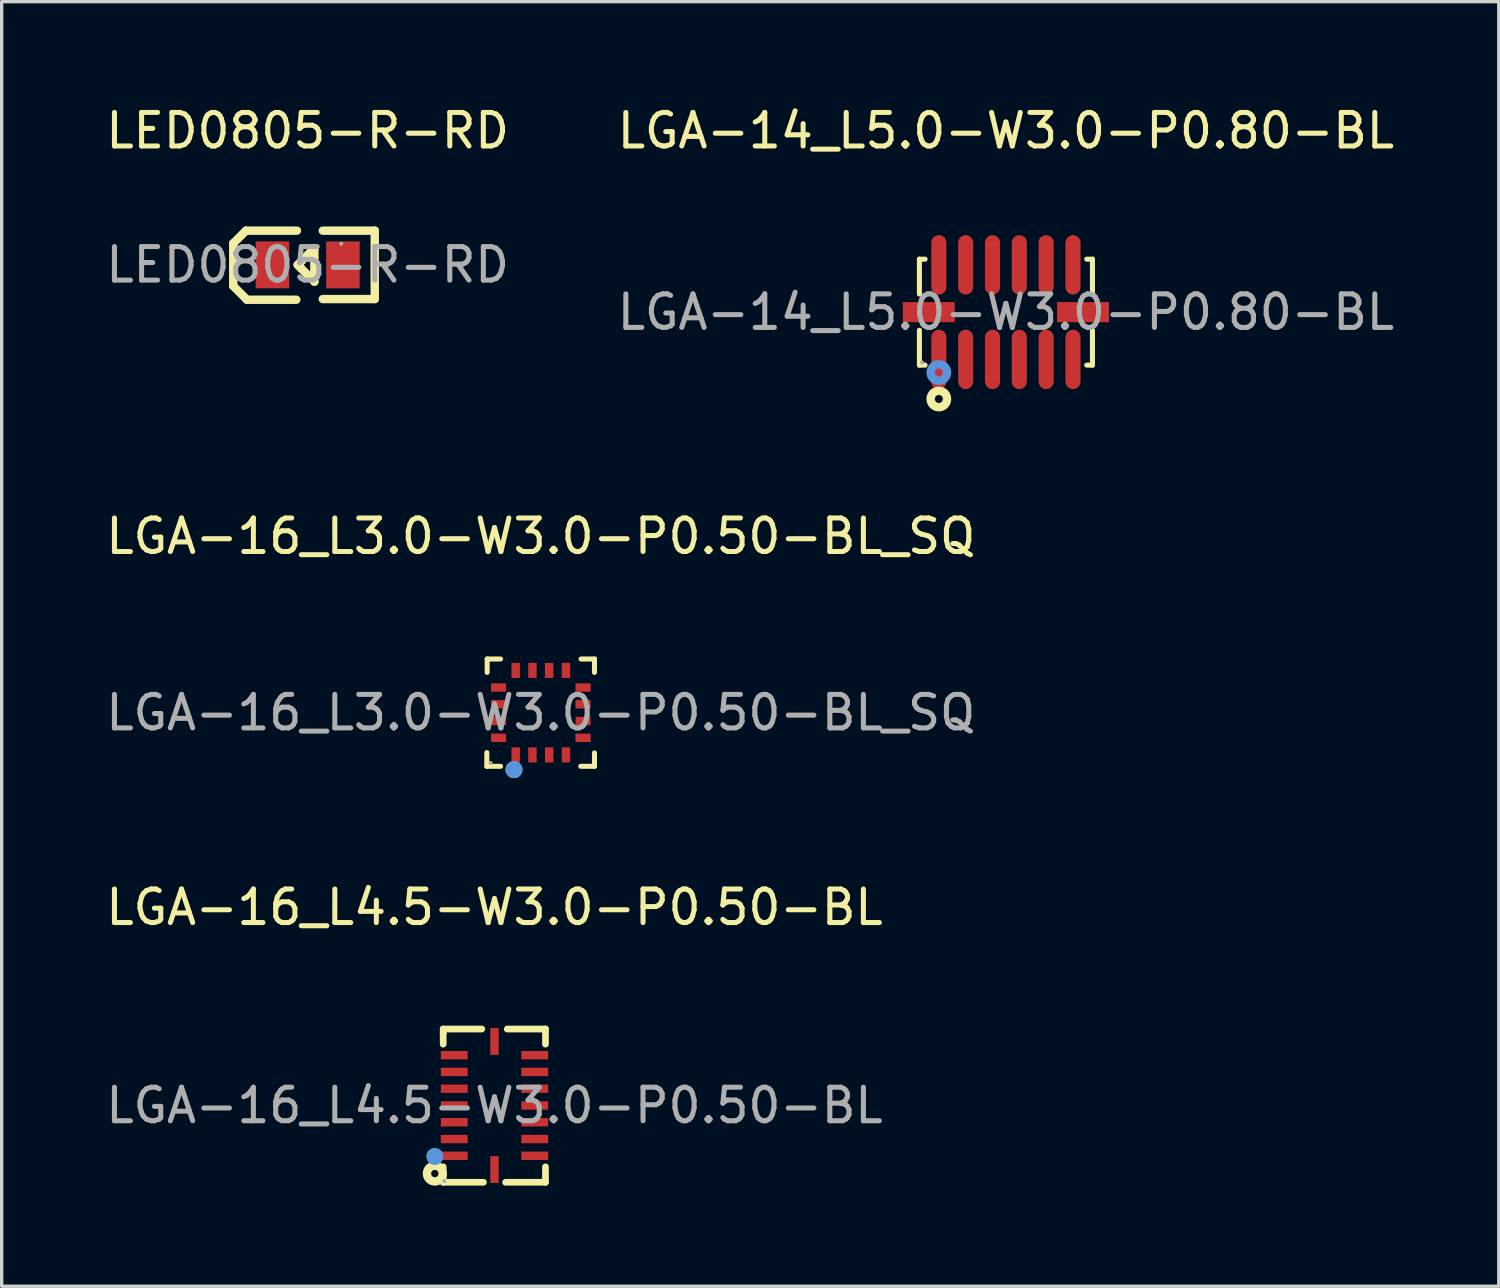
<source format=kicad_pcb>
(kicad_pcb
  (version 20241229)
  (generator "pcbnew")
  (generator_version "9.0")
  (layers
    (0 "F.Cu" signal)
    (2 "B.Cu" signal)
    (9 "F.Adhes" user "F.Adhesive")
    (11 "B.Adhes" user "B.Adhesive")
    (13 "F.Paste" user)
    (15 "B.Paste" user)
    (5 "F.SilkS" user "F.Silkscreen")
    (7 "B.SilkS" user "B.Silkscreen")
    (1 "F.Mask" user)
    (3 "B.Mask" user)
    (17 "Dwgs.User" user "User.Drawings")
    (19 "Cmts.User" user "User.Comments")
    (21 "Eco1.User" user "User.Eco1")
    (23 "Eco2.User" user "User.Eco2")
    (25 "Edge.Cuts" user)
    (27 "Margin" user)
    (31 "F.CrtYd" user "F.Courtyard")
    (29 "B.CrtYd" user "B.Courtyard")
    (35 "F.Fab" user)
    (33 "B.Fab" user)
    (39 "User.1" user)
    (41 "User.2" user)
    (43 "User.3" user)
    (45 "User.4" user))
  (footprint "LED0805-R-RD"
    (layer "F.Cu")
    (at 6.125 4.848)
    (property "Reference" "LED0805-R-RD" (at 0 -4 0) (layer "F.SilkS") (effects (font (size 1 1) (thickness 0.15))))
    (attr smd)
    (fp_line (start -2.22 -0.64) (end -1.84 -1.02) (stroke (width 0.25) (type solid)) (layer "F.SilkS"))
    (fp_line (start -2.22 0.63) (end -2.22 -0.64) (stroke (width 0.25) (type solid)) (layer "F.SilkS"))
    (fp_line (start -1.84 -1.02) (end -0.32 -1.02) (stroke (width 0.25) (type solid)) (layer "F.SilkS"))
    (fp_line (start -1.81 1.04) (end -2.22 0.63) (stroke (width 0.25) (type solid)) (layer "F.SilkS"))
    (fp_line (start -0.34 1.04) (end -1.81 1.04) (stroke (width 0.25) (type solid)) (layer "F.SilkS"))
    (fp_line (start -0.3 0) (end -0.2 0.1) (stroke (width 0.25) (type solid)) (layer "F.SilkS"))
    (fp_line (start -0.2 -0.1) (end -0.3 0) (stroke (width 0.25) (type solid)) (layer "F.SilkS"))
    (fp_line (start -0.2 0.1) (end 0.2 0.5) (stroke (width 0.25) (type solid)) (layer "F.SilkS"))
    (fp_line (start 0.2 -0.5) (end -0.2 -0.1) (stroke (width 0.25) (type solid)) (layer "F.SilkS"))
    (fp_line (start 0.2 -0.5) (end 0.2 0.5) (stroke (width 0.25) (type solid)) (layer "F.SilkS"))
    (fp_line (start 0.45 1.02) (end 2 1.02) (stroke (width 0.25) (type solid)) (layer "F.SilkS"))
    (fp_line (start 2 -1.02) (end 0.45 -1.02) (stroke (width 0.25) (type solid)) (layer "F.SilkS"))
    (fp_line (start 2 1.02) (end 2 -1.02) (stroke (width 0.25) (type solid)) (layer "F.SilkS"))
    (fp_circle (center 1 -0.63) (end 1.03 -0.63) (stroke (width 0.06) (type solid)) (fill no) (layer "F.Fab"))
    (fp_text user "${REFERENCE}" (at 0 0 0) (layer "F.Fab") (effects (font (size 1 1) (thickness 0.15))))
    (pad "1" smd rect (at 1.05 0 180) (size 1 1.4) (layers "F.Cu" "F.Mask" "F.Paste"))
    (pad "2" smd rect (at -1.05 0 180) (size 1 1.4) (layers "F.Cu" "F.Mask" "F.Paste")))
  (footprint "LGA-14_L5.0-W3.0-P0.80-BL"
    (layer "F.Cu")
    (at 26.946 6.258)
    (property "Reference" "LGA-14_L5.0-W3.0-P0.80-BL" (at 0 -5.41 0) (layer "F.SilkS") (effects (font (size 1 1) (thickness 0.15))))
    (attr smd)
    (fp_line (start -2.58 -1.58) (end -2.41 -1.58) (stroke (width 0.15) (type solid)) (layer "F.SilkS"))
    (fp_line (start -2.58 -0.54) (end -2.58 -1.58) (stroke (width 0.15) (type solid)) (layer "F.SilkS"))
    (fp_line (start -2.58 0.54) (end -2.58 1.58) (stroke (width 0.15) (type solid)) (layer "F.SilkS"))
    (fp_line (start -2.58 1.58) (end -2.41 1.58) (stroke (width 0.15) (type solid)) (layer "F.SilkS"))
    (fp_line (start 2.58 -1.58) (end 2.41 -1.58) (stroke (width 0.15) (type solid)) (layer "F.SilkS"))
    (fp_line (start 2.58 -0.54) (end 2.58 -1.58) (stroke (width 0.15) (type solid)) (layer "F.SilkS"))
    (fp_line (start 2.58 0.54) (end 2.58 1.58) (stroke (width 0.15) (type solid)) (layer "F.SilkS"))
    (fp_line (start 2.58 1.58) (end 2.41 1.58) (stroke (width 0.15) (type solid)) (layer "F.SilkS"))
    (fp_circle (center -2 2.59) (end -1.88 2.59) (stroke (width 0.25) (type solid)) (fill no) (layer "F.SilkS"))
    (fp_circle (center -2 1.8) (end -1.88 1.8) (stroke (width 0.25) (type solid)) (fill no) (layer "Cmts.User"))
    (fp_circle (center -2.5 1.5) (end -2.47 1.5) (stroke (width 0.06) (type solid)) (fill no) (layer "F.Fab"))
    (fp_text user "${REFERENCE}" (at 0 0 0) (layer "F.Fab") (effects (font (size 1 1) (thickness 0.15))))
    (pad "1" smd oval (at -2 1.41) (size 0.45 1.77) (layers "F.Cu" "F.Mask" "F.Paste"))
    (pad "2" smd oval (at -1.2 1.41) (size 0.45 1.77) (layers "F.Cu" "F.Mask" "F.Paste"))
    (pad "3" smd oval (at -0.4 1.41) (size 0.45 1.77) (layers "F.Cu" "F.Mask" "F.Paste"))
    (pad "4" smd oval (at 0.4 1.41) (size 0.45 1.77) (layers "F.Cu" "F.Mask" "F.Paste"))
    (pad "5" smd oval (at 1.2 1.41) (size 0.45 1.77) (layers "F.Cu" "F.Mask" "F.Paste"))
    (pad "6" smd oval (at 2 1.41) (size 0.45 1.77) (layers "F.Cu" "F.Mask" "F.Paste"))
    (pad "7" smd rect (at 2.3 0) (size 1.55 0.6) (layers "F.Cu" "F.Mask" "F.Paste"))
    (pad "8" smd oval (at 2 -1.41) (size 0.45 1.77) (layers "F.Cu" "F.Mask" "F.Paste"))
    (pad "9" smd oval (at 1.2 -1.41) (size 0.45 1.77) (layers "F.Cu" "F.Mask" "F.Paste"))
    (pad "10" smd oval (at 0.4 -1.41) (size 0.45 1.77) (layers "F.Cu" "F.Mask" "F.Paste"))
    (pad "11" smd oval (at -0.4 -1.41) (size 0.45 1.77) (layers "F.Cu" "F.Mask" "F.Paste"))
    (pad "12" smd oval (at -1.2 -1.41) (size 0.45 1.77) (layers "F.Cu" "F.Mask" "F.Paste"))
    (pad "13" smd oval (at -2 -1.41) (size 0.45 1.77) (layers "F.Cu" "F.Mask" "F.Paste"))
    (pad "14" smd rect (at -2.3 0) (size 1.55 0.6) (layers "F.Cu" "F.Mask" "F.Paste")))
  (footprint "LGA-16_L4.5-W3.0-P0.50-BL"
    (layer "F.Cu")
    (at 11.696 29.915)
    (property "Reference" "LGA-16_L4.5-W3.0-P0.50-BL" (at 0 -5.91 0) (layer "F.SilkS") (effects (font (size 1 1) (thickness 0.15))))
    (attr smd)
    (fp_line (start -1.53 -2.28) (end -0.38 -2.28) (stroke (width 0.2) (type solid)) (layer "F.SilkS"))
    (fp_line (start -1.53 -2.16) (end -1.53 -2.28) (stroke (width 0.2) (type solid)) (layer "F.SilkS"))
    (fp_line (start -1.53 -1.83) (end -1.53 -2.16) (stroke (width 0.2) (type solid)) (layer "F.SilkS"))
    (fp_line (start -1.53 2.29) (end -1.53 1.83) (stroke (width 0.2) (type solid)) (layer "F.SilkS"))
    (fp_line (start -0.33 2.29) (end -1.53 2.29) (stroke (width 0.2) (type solid)) (layer "F.SilkS"))
    (fp_line (start 0.38 -2.28) (end 1.52 -2.28) (stroke (width 0.2) (type solid)) (layer "F.SilkS"))
    (fp_line (start 1.52 -2.28) (end 1.52 -1.83) (stroke (width 0.2) (type solid)) (layer "F.SilkS"))
    (fp_line (start 1.52 1.83) (end 1.52 2.29) (stroke (width 0.2) (type solid)) (layer "F.SilkS"))
    (fp_line (start 1.52 2.29) (end 0.33 2.29) (stroke (width 0.2) (type solid)) (layer "F.SilkS"))
    (fp_circle (center -1.78 2.03) (end -1.67 2.03) (stroke (width 0.25) (type solid)) (fill no) (layer "F.SilkS"))
    (fp_circle (center -1.78 1.52) (end -1.65 1.52) (stroke (width 0.25) (type solid)) (fill no) (layer "Cmts.User"))
    (fp_circle (center -1.5 2.25) (end -1.47 2.25) (stroke (width 0.06) (type solid)) (fill no) (layer "F.Fab"))
    (fp_text user "${REFERENCE}" (at 0 0 0) (layer "F.Fab") (effects (font (size 1 1) (thickness 0.15))))
    (pad "1" smd rect (at -1.2 1.5 90) (size 0.25 0.8) (layers "F.Cu" "F.Mask" "F.Paste"))
    (pad "2" smd rect (at -1.2 1 90) (size 0.25 0.8) (layers "F.Cu" "F.Mask" "F.Paste"))
    (pad "3" smd rect (at -1.2 0.5 90) (size 0.25 0.8) (layers "F.Cu" "F.Mask" "F.Paste"))
    (pad "4" smd rect (at -1.2 0 90) (size 0.25 0.8) (layers "F.Cu" "F.Mask" "F.Paste"))
    (pad "5" smd rect (at -1.2 -0.5 90) (size 0.25 0.8) (layers "F.Cu" "F.Mask" "F.Paste"))
    (pad "6" smd rect (at -1.2 -1 90) (size 0.25 0.8) (layers "F.Cu" "F.Mask" "F.Paste"))
    (pad "7" smd rect (at -1.2 -1.5 90) (size 0.25 0.8) (layers "F.Cu" "F.Mask" "F.Paste"))
    (pad "8" smd rect (at 0 -1.91 180) (size 0.25 0.8) (layers "F.Cu" "F.Mask" "F.Paste"))
    (pad "9" smd rect (at 1.2 -1.5 270) (size 0.25 0.8) (layers "F.Cu" "F.Mask" "F.Paste"))
    (pad "10" smd rect (at 1.2 -1 270) (size 0.25 0.8) (layers "F.Cu" "F.Mask" "F.Paste"))
    (pad "11" smd rect (at 1.2 -0.5 270) (size 0.25 0.8) (layers "F.Cu" "F.Mask" "F.Paste"))
    (pad "12" smd rect (at 1.2 0 270) (size 0.25 0.8) (layers "F.Cu" "F.Mask" "F.Paste"))
    (pad "13" smd rect (at 1.2 0.5 270) (size 0.25 0.8) (layers "F.Cu" "F.Mask" "F.Paste"))
    (pad "14" smd rect (at 1.2 1 270) (size 0.25 0.8) (layers "F.Cu" "F.Mask" "F.Paste"))
    (pad "15" smd rect (at 1.2 1.5 270) (size 0.25 0.8) (layers "F.Cu" "F.Mask" "F.Paste"))
    (pad "16" smd rect (at 0 1.91) (size 0.25 0.8) (layers "F.Cu" "F.Mask" "F.Paste")))
  (footprint "LGA-16_L3.0-W3.0-P0.50-BL_SQ"
    (layer "F.Cu")
    (at 13.077 18.201)
    (property "Reference" "LGA-16_L3.0-W3.0-P0.50-BL_SQ" (at 0 -5.26 0) (layer "F.SilkS") (effects (font (size 1 1) (thickness 0.15))))
    (attr smd)
    (fp_line (start -1.61 1.6) (end -1.61 1.19) (stroke (width 0.15) (type solid)) (layer "F.SilkS"))
    (fp_line (start -1.6 -1.6) (end -1.2 -1.6) (stroke (width 0.15) (type solid)) (layer "F.SilkS"))
    (fp_line (start -1.6 -1.2) (end -1.6 -1.6) (stroke (width 0.15) (type solid)) (layer "F.SilkS"))
    (fp_line (start -1.2 1.6) (end -1.61 1.6) (stroke (width 0.15) (type solid)) (layer "F.SilkS"))
    (fp_line (start 1.2 -1.6) (end 1.6 -1.6) (stroke (width 0.15) (type solid)) (layer "F.SilkS"))
    (fp_line (start 1.6 -1.6) (end 1.6 -1.2) (stroke (width 0.15) (type solid)) (layer "F.SilkS"))
    (fp_line (start 1.6 1.2) (end 1.6 1.6) (stroke (width 0.15) (type solid)) (layer "F.SilkS"))
    (fp_line (start 1.6 1.6) (end 1.19 1.6) (stroke (width 0.15) (type solid)) (layer "F.SilkS"))
    (fp_arc (start -0.8 1.7) (mid -0.8 1.7) (end -0.8 1.7) (stroke (width 0.25) (type solid)) (layer "F.SilkS"))
    (fp_circle (center -0.8 1.7) (end -0.67 1.7) (stroke (width 0.25) (type solid)) (fill no) (layer "Cmts.User"))
    (fp_circle (center -1.5 1.5) (end -1.47 1.5) (stroke (width 0.06) (type solid)) (fill no) (layer "F.Fab"))
    (fp_text user "${REFERENCE}" (at 0 0 0) (layer "F.Fab") (effects (font (size 1 1) (thickness 0.15))))
    (pad "1" smd rect (at -0.75 1.26 180) (size 0.25 0.45) (layers "F.Cu" "F.Mask" "F.Paste"))
    (pad "2" smd rect (at -0.25 1.26 180) (size 0.25 0.45) (layers "F.Cu" "F.Mask" "F.Paste"))
    (pad "3" smd rect (at 0.25 1.26 180) (size 0.25 0.45) (layers "F.Cu" "F.Mask" "F.Paste"))
    (pad "4" smd rect (at 0.75 1.26 180) (size 0.25 0.45) (layers "F.Cu" "F.Mask" "F.Paste"))
    (pad "5" smd rect (at 1.26 0.75 90) (size 0.25 0.45) (layers "F.Cu" "F.Mask" "F.Paste"))
    (pad "6" smd rect (at 1.26 0.25 90) (size 0.25 0.45) (layers "F.Cu" "F.Mask" "F.Paste"))
    (pad "7" smd rect (at 1.26 -0.25 90) (size 0.25 0.45) (layers "F.Cu" "F.Mask" "F.Paste"))
    (pad "8" smd rect (at 1.26 -0.75 90) (size 0.25 0.45) (layers "F.Cu" "F.Mask" "F.Paste"))
    (pad "9" smd rect (at 0.75 -1.26 180) (size 0.25 0.45) (layers "F.Cu" "F.Mask" "F.Paste"))
    (pad "10" smd rect (at 0.25 -1.26 180) (size 0.25 0.45) (layers "F.Cu" "F.Mask" "F.Paste"))
    (pad "11" smd rect (at -0.25 -1.26 180) (size 0.25 0.45) (layers "F.Cu" "F.Mask" "F.Paste"))
    (pad "12" smd rect (at -0.75 -1.26 180) (size 0.25 0.45) (layers "F.Cu" "F.Mask" "F.Paste"))
    (pad "13" smd rect (at -1.26 -0.75 90) (size 0.25 0.45) (layers "F.Cu" "F.Mask" "F.Paste"))
    (pad "14" smd rect (at -1.26 -0.25 90) (size 0.25 0.45) (layers "F.Cu" "F.Mask" "F.Paste"))
    (pad "15" smd rect (at -1.26 0.25 90) (size 0.25 0.45) (layers "F.Cu" "F.Mask" "F.Paste"))
    (pad "16" smd rect (at -1.26 0.75 90) (size 0.25 0.45) (layers "F.Cu" "F.Mask" "F.Paste")))
  (gr_rect
    (start -3 -3)
    (end 41.643 35.305)
    (stroke (width 0.1) (type default))
    (fill no)
    (layer "Edge.Cuts")))
</source>
